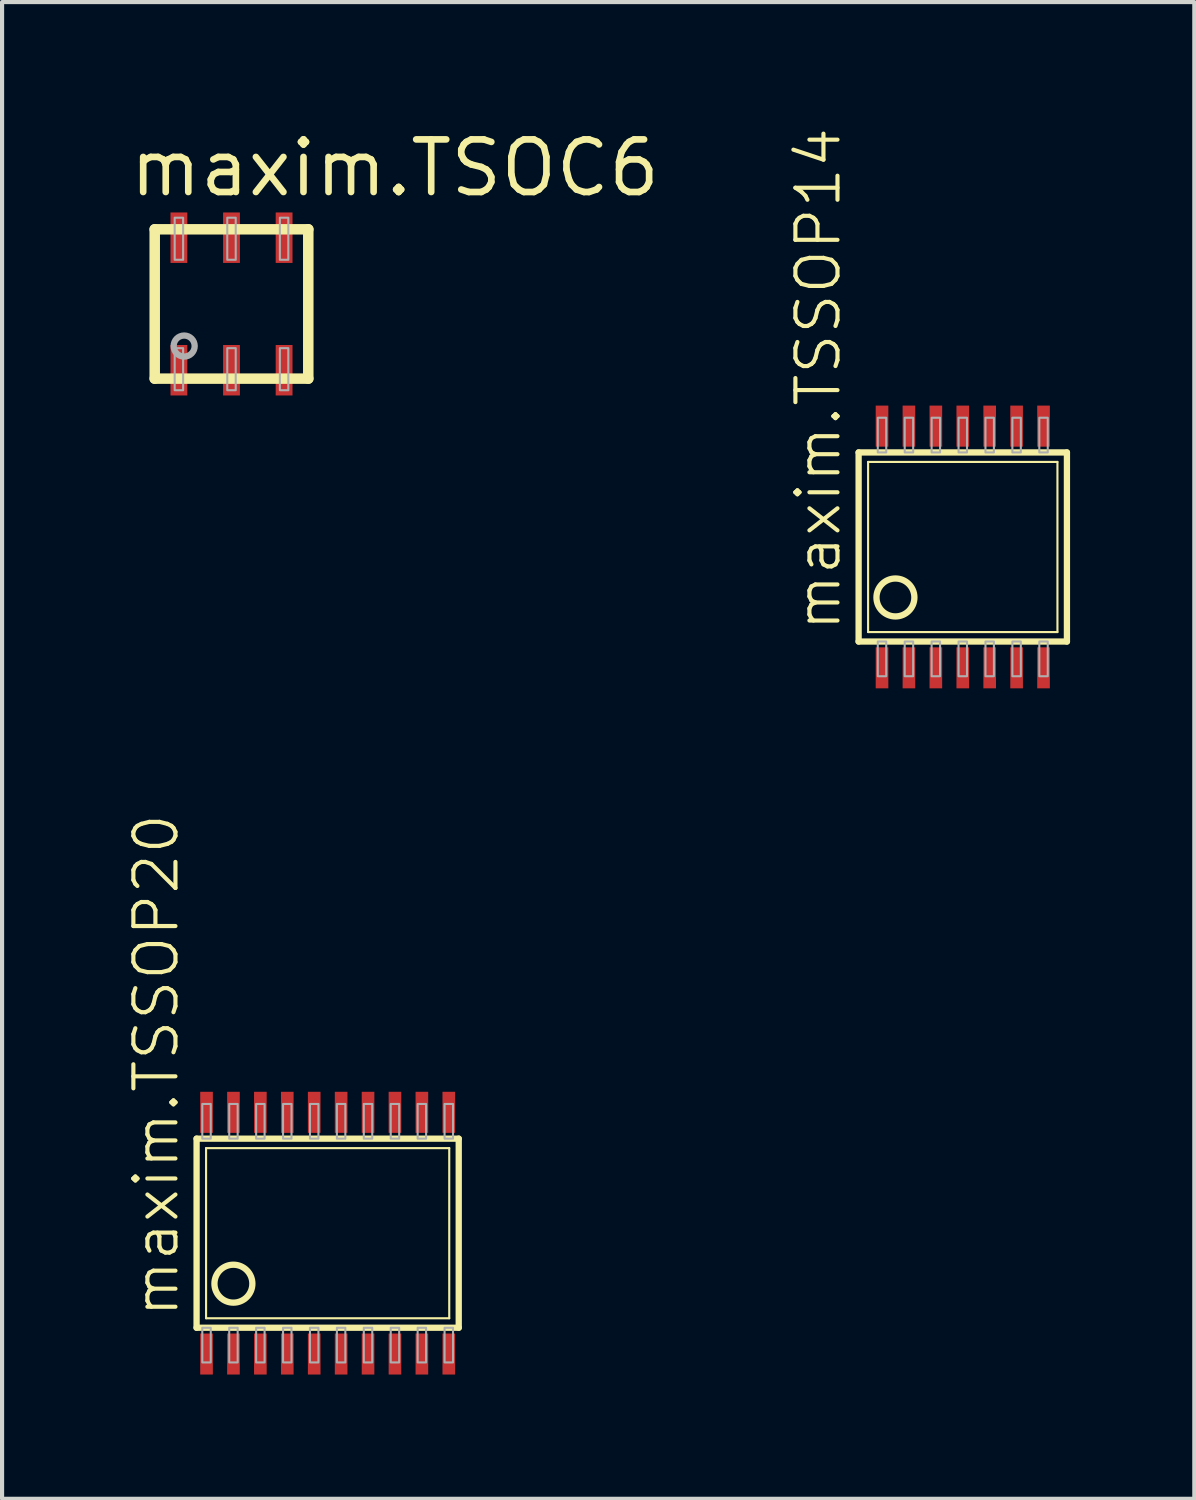
<source format=kicad_pcb>
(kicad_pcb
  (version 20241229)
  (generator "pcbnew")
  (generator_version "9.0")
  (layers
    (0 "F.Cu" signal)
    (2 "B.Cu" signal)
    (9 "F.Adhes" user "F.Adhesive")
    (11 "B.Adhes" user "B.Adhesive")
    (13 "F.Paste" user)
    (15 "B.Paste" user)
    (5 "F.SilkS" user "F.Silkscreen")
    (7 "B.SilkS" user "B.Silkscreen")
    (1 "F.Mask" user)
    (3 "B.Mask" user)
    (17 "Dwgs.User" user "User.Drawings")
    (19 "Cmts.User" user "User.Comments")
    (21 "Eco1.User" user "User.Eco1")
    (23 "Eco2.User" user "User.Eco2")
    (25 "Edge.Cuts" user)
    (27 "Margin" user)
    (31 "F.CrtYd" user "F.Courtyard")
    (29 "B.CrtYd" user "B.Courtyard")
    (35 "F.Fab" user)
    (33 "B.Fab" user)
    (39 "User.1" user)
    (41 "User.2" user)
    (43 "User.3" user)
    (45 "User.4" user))
  (footprint "maxim.TSSOP20"
    (layer "F.Cu")
    (at 4.862 26.728)
    (property "Reference" "maxim.TSSOP20" (at -3.546 2.083 90) (layer "F.SilkS") (effects (font (size 1.016 1.016) (thickness 0.1)) (justify left bottom)))
    (attr smd)
    (fp_line (start -3.165 2.283) (end -3.165 -2.283) (stroke (width 0.152) (type default)) (layer "F.SilkS"))
    (fp_line (start -3.165 2.283) (end 3.165 2.283) (stroke (width 0.152) (type default)) (layer "F.SilkS"))
    (fp_line (start -2.936 2.054) (end -2.936 -2.054) (stroke (width 0.051) (type default)) (layer "F.SilkS"))
    (fp_line (start -2.936 2.054) (end 2.936 2.054) (stroke (width 0.051) (type default)) (layer "F.SilkS"))
    (fp_line (start 2.936 -2.054) (end -2.936 -2.054) (stroke (width 0.051) (type default)) (layer "F.SilkS"))
    (fp_line (start 2.936 -2.054) (end 2.936 2.054) (stroke (width 0.051) (type default)) (layer "F.SilkS"))
    (fp_line (start 3.165 -2.283) (end -3.165 -2.283) (stroke (width 0.152) (type default)) (layer "F.SilkS"))
    (fp_line (start 3.165 -2.283) (end 3.165 2.283) (stroke (width 0.152) (type default)) (layer "F.SilkS"))
    (fp_circle (center -2.276 1.219) (end -1.818 1.219) (stroke (width 0.152) (type default)) (fill no) (layer "F.SilkS"))
    (fp_rect (start -3.027 -2.283) (end -2.823 -3.121) (stroke (width 0.05) (type default)) (fill no) (layer "F.Fab"))
    (fp_rect (start -3.027 3.121) (end -2.823 2.283) (stroke (width 0.05) (type default)) (fill no) (layer "F.Fab"))
    (fp_rect (start -2.377 -2.283) (end -2.173 -3.121) (stroke (width 0.05) (type default)) (fill no) (layer "F.Fab"))
    (fp_rect (start -2.377 3.121) (end -2.173 2.283) (stroke (width 0.05) (type default)) (fill no) (layer "F.Fab"))
    (fp_rect (start -1.727 -2.283) (end -1.523 -3.121) (stroke (width 0.05) (type default)) (fill no) (layer "F.Fab"))
    (fp_rect (start -1.727 3.121) (end -1.523 2.283) (stroke (width 0.05) (type default)) (fill no) (layer "F.Fab"))
    (fp_rect (start -1.077 -2.283) (end -0.873 -3.121) (stroke (width 0.05) (type default)) (fill no) (layer "F.Fab"))
    (fp_rect (start -1.077 3.121) (end -0.873 2.283) (stroke (width 0.05) (type default)) (fill no) (layer "F.Fab"))
    (fp_rect (start -0.427 -2.283) (end -0.223 -3.121) (stroke (width 0.05) (type default)) (fill no) (layer "F.Fab"))
    (fp_rect (start -0.427 3.121) (end -0.223 2.283) (stroke (width 0.05) (type default)) (fill no) (layer "F.Fab"))
    (fp_rect (start 0.223 -2.283) (end 0.427 -3.121) (stroke (width 0.05) (type default)) (fill no) (layer "F.Fab"))
    (fp_rect (start 0.223 3.121) (end 0.427 2.283) (stroke (width 0.05) (type default)) (fill no) (layer "F.Fab"))
    (fp_rect (start 0.873 -2.283) (end 1.077 -3.121) (stroke (width 0.05) (type default)) (fill no) (layer "F.Fab"))
    (fp_rect (start 0.873 3.121) (end 1.077 2.283) (stroke (width 0.05) (type default)) (fill no) (layer "F.Fab"))
    (fp_rect (start 1.523 -2.283) (end 1.727 -3.121) (stroke (width 0.05) (type default)) (fill no) (layer "F.Fab"))
    (fp_rect (start 1.523 3.121) (end 1.727 2.283) (stroke (width 0.05) (type default)) (fill no) (layer "F.Fab"))
    (fp_rect (start 2.173 -2.283) (end 2.377 -3.121) (stroke (width 0.05) (type default)) (fill no) (layer "F.Fab"))
    (fp_rect (start 2.173 3.121) (end 2.377 2.283) (stroke (width 0.05) (type default)) (fill no) (layer "F.Fab"))
    (fp_rect (start 2.823 -2.283) (end 3.027 -3.121) (stroke (width 0.05) (type default)) (fill no) (layer "F.Fab"))
    (fp_rect (start 2.823 3.121) (end 3.027 2.283) (stroke (width 0.05) (type default)) (fill no) (layer "F.Fab"))
    (pad "1" smd roundrect (at -2.925 2.918) (size 0.305 0.991) (layers "F.Cu" "F.Mask" "F.Paste") (roundrect_rratio 0.01))
    (pad "2" smd roundrect (at -2.275 2.918) (size 0.305 0.991) (layers "F.Cu" "F.Mask" "F.Paste") (roundrect_rratio 0.01))
    (pad "3" smd roundrect (at -1.625 2.918) (size 0.305 0.991) (layers "F.Cu" "F.Mask" "F.Paste") (roundrect_rratio 0.01))
    (pad "4" smd roundrect (at -0.975 2.918) (size 0.305 0.991) (layers "F.Cu" "F.Mask" "F.Paste") (roundrect_rratio 0.01))
    (pad "5" smd roundrect (at -0.325 2.918) (size 0.305 0.991) (layers "F.Cu" "F.Mask" "F.Paste") (roundrect_rratio 0.01))
    (pad "6" smd roundrect (at 0.325 2.918) (size 0.305 0.991) (layers "F.Cu" "F.Mask" "F.Paste") (roundrect_rratio 0.01))
    (pad "7" smd roundrect (at 0.975 2.918) (size 0.305 0.991) (layers "F.Cu" "F.Mask" "F.Paste") (roundrect_rratio 0.01))
    (pad "8" smd roundrect (at 1.625 2.918) (size 0.305 0.991) (layers "F.Cu" "F.Mask" "F.Paste") (roundrect_rratio 0.01))
    (pad "9" smd roundrect (at 2.275 2.918) (size 0.305 0.991) (layers "F.Cu" "F.Mask" "F.Paste") (roundrect_rratio 0.01))
    (pad "10" smd roundrect (at 2.925 2.918) (size 0.305 0.991) (layers "F.Cu" "F.Mask" "F.Paste") (roundrect_rratio 0.01))
    (pad "11" smd roundrect (at 2.925 -2.918) (size 0.305 0.991) (layers "F.Cu" "F.Mask" "F.Paste") (roundrect_rratio 0.01))
    (pad "12" smd roundrect (at 2.275 -2.918) (size 0.305 0.991) (layers "F.Cu" "F.Mask" "F.Paste") (roundrect_rratio 0.01))
    (pad "13" smd roundrect (at 1.625 -2.918) (size 0.305 0.991) (layers "F.Cu" "F.Mask" "F.Paste") (roundrect_rratio 0.01))
    (pad "14" smd roundrect (at 0.975 -2.918) (size 0.305 0.991) (layers "F.Cu" "F.Mask" "F.Paste") (roundrect_rratio 0.01))
    (pad "15" smd roundrect (at 0.325 -2.918) (size 0.305 0.991) (layers "F.Cu" "F.Mask" "F.Paste") (roundrect_rratio 0.01))
    (pad "16" smd roundrect (at -0.325 -2.918) (size 0.305 0.991) (layers "F.Cu" "F.Mask" "F.Paste") (roundrect_rratio 0.01))
    (pad "17" smd roundrect (at -0.975 -2.918) (size 0.305 0.991) (layers "F.Cu" "F.Mask" "F.Paste") (roundrect_rratio 0.01))
    (pad "18" smd roundrect (at -1.625 -2.918) (size 0.305 0.991) (layers "F.Cu" "F.Mask" "F.Paste") (roundrect_rratio 0.01))
    (pad "19" smd roundrect (at -2.275 -2.918) (size 0.305 0.991) (layers "F.Cu" "F.Mask" "F.Paste") (roundrect_rratio 0.01))
    (pad "20" smd roundrect (at -2.925 -2.918) (size 0.305 0.991) (layers "F.Cu" "F.Mask" "F.Paste") (roundrect_rratio 0.01)))
  (footprint "maxim.TSSOP14"
    (layer "F.Cu")
    (at 20.198 10.158)
    (property "Reference" "maxim.TSSOP14" (at -2.896 2.083 90) (layer "F.SilkS") (effects (font (size 1.016 1.016) (thickness 0.1)) (justify left bottom)))
    (attr smd)
    (fp_line (start -2.515 2.283) (end -2.515 -2.283) (stroke (width 0.152) (type default)) (layer "F.SilkS"))
    (fp_line (start -2.515 2.283) (end 2.515 2.283) (stroke (width 0.152) (type default)) (layer "F.SilkS"))
    (fp_line (start -2.286 2.054) (end -2.286 -2.054) (stroke (width 0.051) (type default)) (layer "F.SilkS"))
    (fp_line (start -2.286 2.054) (end 2.286 2.054) (stroke (width 0.051) (type default)) (layer "F.SilkS"))
    (fp_line (start 2.286 -2.054) (end -2.286 -2.054) (stroke (width 0.051) (type default)) (layer "F.SilkS"))
    (fp_line (start 2.286 -2.054) (end 2.286 2.054) (stroke (width 0.051) (type default)) (layer "F.SilkS"))
    (fp_line (start 2.515 -2.283) (end -2.515 -2.283) (stroke (width 0.152) (type default)) (layer "F.SilkS"))
    (fp_line (start 2.515 -2.283) (end 2.515 2.283) (stroke (width 0.152) (type default)) (layer "F.SilkS"))
    (fp_circle (center -1.626 1.219) (end -1.168 1.219) (stroke (width 0.152) (type default)) (fill no) (layer "F.SilkS"))
    (fp_rect (start -2.052 -2.283) (end -1.848 -3.121) (stroke (width 0.05) (type default)) (fill no) (layer "F.Fab"))
    (fp_rect (start -2.052 3.121) (end -1.848 2.283) (stroke (width 0.05) (type default)) (fill no) (layer "F.Fab"))
    (fp_rect (start -1.402 -2.283) (end -1.198 -3.121) (stroke (width 0.05) (type default)) (fill no) (layer "F.Fab"))
    (fp_rect (start -1.402 3.121) (end -1.198 2.283) (stroke (width 0.05) (type default)) (fill no) (layer "F.Fab"))
    (fp_rect (start -0.752 -2.283) (end -0.548 -3.121) (stroke (width 0.05) (type default)) (fill no) (layer "F.Fab"))
    (fp_rect (start -0.752 3.121) (end -0.548 2.283) (stroke (width 0.05) (type default)) (fill no) (layer "F.Fab"))
    (fp_rect (start -0.102 -2.283) (end 0.102 -3.121) (stroke (width 0.05) (type default)) (fill no) (layer "F.Fab"))
    (fp_rect (start -0.102 3.121) (end 0.102 2.283) (stroke (width 0.05) (type default)) (fill no) (layer "F.Fab"))
    (fp_rect (start 0.548 -2.283) (end 0.752 -3.121) (stroke (width 0.05) (type default)) (fill no) (layer "F.Fab"))
    (fp_rect (start 0.548 3.121) (end 0.752 2.283) (stroke (width 0.05) (type default)) (fill no) (layer "F.Fab"))
    (fp_rect (start 1.198 -2.283) (end 1.402 -3.121) (stroke (width 0.05) (type default)) (fill no) (layer "F.Fab"))
    (fp_rect (start 1.198 3.121) (end 1.402 2.283) (stroke (width 0.05) (type default)) (fill no) (layer "F.Fab"))
    (fp_rect (start 1.848 -2.283) (end 2.052 -3.121) (stroke (width 0.05) (type default)) (fill no) (layer "F.Fab"))
    (fp_rect (start 1.848 3.121) (end 2.052 2.283) (stroke (width 0.05) (type default)) (fill no) (layer "F.Fab"))
    (pad "1" smd roundrect (at -1.95 2.918) (size 0.305 0.991) (layers "F.Cu" "F.Mask" "F.Paste") (roundrect_rratio 0.01))
    (pad "2" smd roundrect (at -1.3 2.918) (size 0.305 0.991) (layers "F.Cu" "F.Mask" "F.Paste") (roundrect_rratio 0.01))
    (pad "3" smd roundrect (at -0.65 2.918) (size 0.305 0.991) (layers "F.Cu" "F.Mask" "F.Paste") (roundrect_rratio 0.01))
    (pad "4" smd roundrect (at 0 2.918) (size 0.305 0.991) (layers "F.Cu" "F.Mask" "F.Paste") (roundrect_rratio 0.01))
    (pad "5" smd roundrect (at 0.65 2.918) (size 0.305 0.991) (layers "F.Cu" "F.Mask" "F.Paste") (roundrect_rratio 0.01))
    (pad "6" smd roundrect (at 1.3 2.918) (size 0.305 0.991) (layers "F.Cu" "F.Mask" "F.Paste") (roundrect_rratio 0.01))
    (pad "7" smd roundrect (at 1.95 2.918) (size 0.305 0.991) (layers "F.Cu" "F.Mask" "F.Paste") (roundrect_rratio 0.01))
    (pad "8" smd roundrect (at 1.95 -2.918) (size 0.305 0.991) (layers "F.Cu" "F.Mask" "F.Paste") (roundrect_rratio 0.01))
    (pad "9" smd roundrect (at 1.3 -2.918) (size 0.305 0.991) (layers "F.Cu" "F.Mask" "F.Paste") (roundrect_rratio 0.01))
    (pad "10" smd roundrect (at 0.65 -2.918) (size 0.305 0.991) (layers "F.Cu" "F.Mask" "F.Paste") (roundrect_rratio 0.01))
    (pad "11" smd roundrect (at 0 -2.918) (size 0.305 0.991) (layers "F.Cu" "F.Mask" "F.Paste") (roundrect_rratio 0.01))
    (pad "12" smd roundrect (at -0.65 -2.918) (size 0.305 0.991) (layers "F.Cu" "F.Mask" "F.Paste") (roundrect_rratio 0.01))
    (pad "13" smd roundrect (at -1.3 -2.918) (size 0.305 0.991) (layers "F.Cu" "F.Mask" "F.Paste") (roundrect_rratio 0.01))
    (pad "14" smd roundrect (at -1.95 -2.918) (size 0.305 0.991) (layers "F.Cu" "F.Mask" "F.Paste") (roundrect_rratio 0.01)))
  (footprint "maxim.TSOC6"
    (layer "F.Cu")
    (at 2.54 4.29)
    (property "Reference" "maxim.TSOC6" (at -2.54 -2.54 0) (layer "F.SilkS") (effects (font (size 1.27 1.27) (thickness 0.16)) (justify left bottom)))
    (attr smd)
    (fp_line (start -1.854 -1.803) (end 1.854 -1.803) (stroke (width 0.254) (type default)) (layer "F.SilkS"))
    (fp_line (start -1.854 1.803) (end -1.854 -1.803) (stroke (width 0.254) (type default)) (layer "F.SilkS"))
    (fp_line (start 1.854 -1.803) (end 1.854 1.803) (stroke (width 0.254) (type default)) (layer "F.SilkS"))
    (fp_line (start 1.854 1.803) (end -1.854 1.803) (stroke (width 0.254) (type default)) (layer "F.SilkS"))
    (fp_rect (start -1.372 -1.067) (end -1.168 -2.083) (stroke (width 0.05) (type default)) (fill no) (layer "F.Fab"))
    (fp_rect (start -1.372 2.083) (end -1.168 1.067) (stroke (width 0.05) (type default)) (fill no) (layer "F.Fab"))
    (fp_rect (start -0.102 -1.067) (end 0.102 -2.083) (stroke (width 0.05) (type default)) (fill no) (layer "F.Fab"))
    (fp_rect (start -0.102 2.083) (end 0.102 1.067) (stroke (width 0.05) (type default)) (fill no) (layer "F.Fab"))
    (fp_rect (start 1.168 -1.067) (end 1.372 -2.083) (stroke (width 0.05) (type default)) (fill no) (layer "F.Fab"))
    (fp_rect (start 1.168 2.083) (end 1.372 1.067) (stroke (width 0.05) (type default)) (fill no) (layer "F.Fab"))
    (fp_circle (center -1.143 1.016) (end -0.889 1.016) (stroke (width 0.152) (type default)) (fill no) (layer "F.Fab"))
    (pad "1" smd roundrect (at -1.27 1.6) (size 0.406 1.219) (layers "F.Cu" "F.Mask" "F.Paste") (roundrect_rratio 0.01))
    (pad "2" smd roundrect (at 0 1.6) (size 0.406 1.219) (layers "F.Cu" "F.Mask" "F.Paste") (roundrect_rratio 0.01))
    (pad "3" smd roundrect (at 1.27 1.6) (size 0.406 1.219) (layers "F.Cu" "F.Mask" "F.Paste") (roundrect_rratio 0.01))
    (pad "4" smd roundrect (at 1.27 -1.6) (size 0.406 1.219) (layers "F.Cu" "F.Mask" "F.Paste") (roundrect_rratio 0.01))
    (pad "5" smd roundrect (at 0 -1.6) (size 0.406 1.219) (layers "F.Cu" "F.Mask" "F.Paste") (roundrect_rratio 0.01))
    (pad "6" smd roundrect (at -1.27 -1.6) (size 0.406 1.219) (layers "F.Cu" "F.Mask" "F.Paste") (roundrect_rratio 0.01)))
  (gr_rect
    (start -3 -3)
    (end 25.789 33.141)
    (stroke (width 0.1) (type default))
    (fill no)
    (layer "Edge.Cuts")))
</source>
